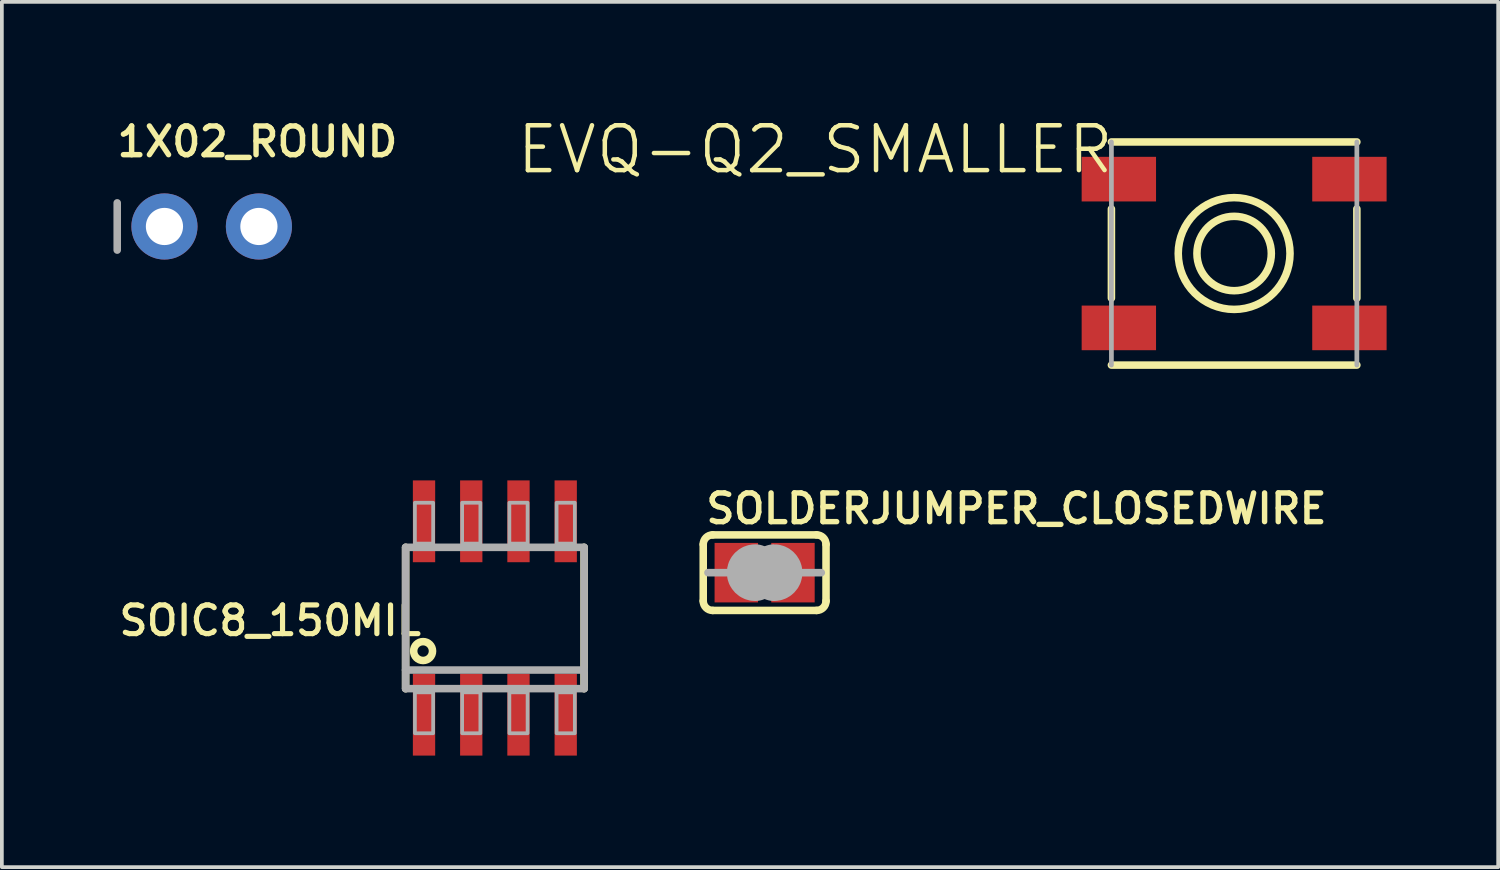
<source format=kicad_pcb>
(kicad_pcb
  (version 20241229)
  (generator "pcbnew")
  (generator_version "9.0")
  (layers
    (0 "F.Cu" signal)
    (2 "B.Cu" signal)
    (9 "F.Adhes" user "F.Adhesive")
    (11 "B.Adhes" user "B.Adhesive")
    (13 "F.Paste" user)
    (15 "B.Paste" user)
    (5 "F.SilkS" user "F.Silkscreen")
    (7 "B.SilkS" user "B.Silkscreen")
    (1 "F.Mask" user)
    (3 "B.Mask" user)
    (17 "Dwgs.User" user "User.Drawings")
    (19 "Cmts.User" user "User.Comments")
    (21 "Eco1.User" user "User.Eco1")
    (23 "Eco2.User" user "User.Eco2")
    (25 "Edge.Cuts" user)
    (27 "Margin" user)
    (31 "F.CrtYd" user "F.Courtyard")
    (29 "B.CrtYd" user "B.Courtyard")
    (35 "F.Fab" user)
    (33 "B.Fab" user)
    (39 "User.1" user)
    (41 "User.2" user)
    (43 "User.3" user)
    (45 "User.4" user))
  (footprint "SOLDERJUMPER_CLOSEDWIRE"
    (layer "F.Cu")
    (at 17.511 12.349)
    (property "Reference" "SOLDERJUMPER_CLOSEDWIRE" (at -1.651 -1.27 0) (layer "F.SilkS") (effects (font (size 0.772 0.772) (thickness 0.146)) (justify left bottom)))
    (attr through_hole)
    (fp_poly (pts (xy -1.27 -0.762) (xy 1.27 -0.762) (xy 1.27 0.762) (xy -1.27 0.762)) (stroke (width 0) (type solid)) (fill yes) (layer "F.Mask"))
    (fp_line (start -1.651 0.762) (end -1.651 -0.762) (stroke (width 0.203) (type solid)) (layer "F.SilkS"))
    (fp_line (start -1.397 -1.016) (end 1.397 -1.016) (stroke (width 0.203) (type solid)) (layer "F.SilkS"))
    (fp_line (start 1.397 1.016) (end -1.397 1.016) (stroke (width 0.203) (type solid)) (layer "F.SilkS"))
    (fp_line (start 1.651 0.762) (end 1.651 -0.762) (stroke (width 0.203) (type solid)) (layer "F.SilkS"))
    (fp_arc (start -1.651 -0.762) (mid -1.576605 -0.941605) (end -1.397 -1.016) (stroke (width 0.2032) (type solid)) (layer "F.SilkS"))
    (fp_arc (start -1.397 1.016) (mid -1.576605 0.941605) (end -1.651 0.762) (stroke (width 0.2032) (type solid)) (layer "F.SilkS"))
    (fp_arc (start 1.397 -1.016) (mid 1.576605 -0.941605) (end 1.651 -0.762) (stroke (width 0.2032) (type solid)) (layer "F.SilkS"))
    (fp_arc (start 1.651 0.762) (mid 1.576605 0.941605) (end 1.397 1.016) (stroke (width 0.2032) (type solid)) (layer "F.SilkS"))
    (fp_line (start -1.016 0) (end -1.524 0) (stroke (width 0.203) (type solid)) (layer "F.Fab"))
    (fp_line (start 1.016 0) (end 1.524 0) (stroke (width 0.203) (type solid)) (layer "F.Fab"))
    (fp_arc (start -0.254 0.127) (mid -0.381 0) (end -0.254 -0.127) (stroke (width 1.27) (type solid)) (layer "F.Fab"))
    (fp_arc (start 0.254 -0.127) (mid 0.381 0) (end 0.254 0.127) (stroke (width 1.27) (type solid)) (layer "F.Fab"))
    (pad "1" smd rect (at -0.762 0) (size 1.168 1.6) (layers "F.Cu" "F.Mask"))
    (pad "2" smd rect (at 0.762 0) (size 1.168 1.6) (layers "F.Cu" "F.Mask"))
    (pad "WIRE" smd rect (at 0 0) (size 0.635 0.203) (layers "F.Cu" "F.Mask")))
  (footprint "EVQ-Q2_SMALLER"
    (layer "F.Cu")
    (at 30.136 3.767)
    (property "Reference" "EVQ-Q2_SMALLER" (at -3.175 -3.5 0) (layer "F.SilkS") (effects (font (size 1.206 1.206) (thickness 0.121)) (justify right top)))
    (attr through_hole)
    (fp_line (start -3.3 -3) (end 3.3 -3) (stroke (width 0.203) (type solid)) (layer "F.SilkS"))
    (fp_line (start -3.3 1.2) (end -3.3 -1.2) (stroke (width 0.203) (type solid)) (layer "F.SilkS"))
    (fp_line (start 3.3 -1.2) (end 3.3 1.2) (stroke (width 0.203) (type solid)) (layer "F.SilkS"))
    (fp_line (start 3.3 3) (end -3.3 3) (stroke (width 0.203) (type solid)) (layer "F.SilkS"))
    (fp_circle (center 0 0) (end 1 0) (stroke (width 0.203) (type solid)) (fill no) (layer "F.SilkS"))
    (fp_circle (center 0 0) (end 1.503 0) (stroke (width 0.203) (type solid)) (fill no) (layer "F.SilkS"))
    (fp_line (start -3.3 3) (end -3.3 -3) (stroke (width 0.127) (type solid)) (layer "F.Fab"))
    (fp_line (start 3.3 -3) (end 3.3 3) (stroke (width 0.127) (type solid)) (layer "F.Fab"))
    (pad "A" smd rect (at -3.1 2) (size 2 1.2) (layers "F.Cu" "F.Mask" "F.Paste"))
    (pad "A'" smd rect (at 3.1 2) (size 2 1.2) (layers "F.Cu" "F.Mask" "F.Paste"))
    (pad "B" smd rect (at -3.1 -2) (size 2 1.2) (layers "F.Cu" "F.Mask" "F.Paste"))
    (pad "B'" smd rect (at 3.1 -2) (size 2 1.2) (layers "F.Cu" "F.Mask" "F.Paste")))
  (footprint "1X02_ROUND"
    (layer "F.Cu")
    (at 2.642 3.04)
    (property "Reference" "1X02_ROUND" (at -2.616 -1.829 0) (layer "F.SilkS") (effects (font (size 0.772 0.772) (thickness 0.146)) (justify left bottom)))
    (attr through_hole)
    (fp_line (start -2.54 -0.635) (end -2.54 0.635) (stroke (width 0.203) (type solid)) (layer "F.Fab"))
    (fp_poly (pts (xy -1.524 0.254) (xy -1.016 0.254) (xy -1.016 -0.254) (xy -1.524 -0.254)) (stroke (width 0.1) (type solid)) (fill no) (layer "F.Fab"))
    (fp_poly (pts (xy 1.016 0.254) (xy 1.524 0.254) (xy 1.524 -0.254) (xy 1.016 -0.254)) (stroke (width 0.1) (type solid)) (fill no) (layer "F.Fab"))
    (pad "1" thru_hole circle (at -1.27 0 90) (size 1.778 1.778) (drill 1) (layers "*.Cu" "*.Mask"))
    (pad "2" thru_hole circle (at 1.27 0 90) (size 1.778 1.778) (drill 1) (layers "*.Cu" "*.Mask")))
  (footprint "SOIC8_150MIL"
    (layer "F.Cu")
    (at 10.257 13.568)
    (property "Reference" "SOIC8_150MIL" (at -1.905 -0.381 180) (layer "F.SilkS") (effects (font (size 0.772 0.772) (thickness 0.139)) (justify right top)))
    (attr through_hole)
    (fp_line (start -2.4 1.9) (end -2.4 -1.9) (stroke (width 0.203) (type solid)) (layer "F.SilkS"))
    (fp_line (start 2.4 -1.9) (end 2.4 1.9) (stroke (width 0.203) (type solid)) (layer "F.SilkS"))
    (fp_circle (center -1.93 0.889) (end -1.676 0.889) (stroke (width 0.203) (type solid)) (fill no) (layer "F.SilkS"))
    (fp_line (start -2.4 -1.9) (end 2.4 -1.9) (stroke (width 0.203) (type solid)) (layer "F.Fab"))
    (fp_line (start -2.4 1.4) (end -2.4 -1.9) (stroke (width 0.203) (type solid)) (layer "F.Fab"))
    (fp_line (start -2.4 1.9) (end -2.4 1.4) (stroke (width 0.203) (type solid)) (layer "F.Fab"))
    (fp_line (start 2.4 -1.9) (end 2.4 1.4) (stroke (width 0.203) (type solid)) (layer "F.Fab"))
    (fp_line (start 2.4 1.4) (end -2.4 1.4) (stroke (width 0.203) (type solid)) (layer "F.Fab"))
    (fp_line (start 2.4 1.4) (end 2.4 1.9) (stroke (width 0.203) (type solid)) (layer "F.Fab"))
    (fp_line (start 2.4 1.9) (end -2.4 1.9) (stroke (width 0.203) (type solid)) (layer "F.Fab"))
    (fp_poly (pts (xy -2.15 -2) (xy -1.66 -2) (xy -1.66 -3.1) (xy -2.15 -3.1)) (stroke (width 0.1) (type solid)) (fill no) (layer "F.Fab"))
    (fp_poly (pts (xy -2.15 3.1) (xy -1.66 3.1) (xy -1.66 2) (xy -2.15 2)) (stroke (width 0.1) (type solid)) (fill no) (layer "F.Fab"))
    (fp_poly (pts (xy -0.88 -2) (xy -0.39 -2) (xy -0.39 -3.1) (xy -0.88 -3.1)) (stroke (width 0.1) (type solid)) (fill no) (layer "F.Fab"))
    (fp_poly (pts (xy -0.88 3.1) (xy -0.39 3.1) (xy -0.39 2) (xy -0.88 2)) (stroke (width 0.1) (type solid)) (fill no) (layer "F.Fab"))
    (fp_poly (pts (xy 0.39 -2) (xy 0.88 -2) (xy 0.88 -3.1) (xy 0.39 -3.1)) (stroke (width 0.1) (type solid)) (fill no) (layer "F.Fab"))
    (fp_poly (pts (xy 0.39 3.1) (xy 0.88 3.1) (xy 0.88 2) (xy 0.39 2)) (stroke (width 0.1) (type solid)) (fill no) (layer "F.Fab"))
    (fp_poly (pts (xy 1.66 -2) (xy 2.15 -2) (xy 2.15 -3.1) (xy 1.66 -3.1)) (stroke (width 0.1) (type solid)) (fill no) (layer "F.Fab"))
    (fp_poly (pts (xy 1.66 3.1) (xy 2.15 3.1) (xy 2.15 2) (xy 1.66 2)) (stroke (width 0.1) (type solid)) (fill no) (layer "F.Fab"))
    (pad "1" smd rect (at -1.905 2.6) (size 0.6 2.2) (layers "F.Cu" "F.Mask" "F.Paste"))
    (pad "2" smd rect (at -0.635 2.6) (size 0.6 2.2) (layers "F.Cu" "F.Mask" "F.Paste"))
    (pad "3" smd rect (at 0.635 2.6) (size 0.6 2.2) (layers "F.Cu" "F.Mask" "F.Paste"))
    (pad "4" smd rect (at 1.905 2.6) (size 0.6 2.2) (layers "F.Cu" "F.Mask" "F.Paste"))
    (pad "5" smd rect (at 1.905 -2.6) (size 0.6 2.2) (layers "F.Cu" "F.Mask" "F.Paste"))
    (pad "6" smd rect (at 0.635 -2.6) (size 0.6 2.2) (layers "F.Cu" "F.Mask" "F.Paste"))
    (pad "7" smd rect (at -0.635 -2.6) (size 0.6 2.2) (layers "F.Cu" "F.Mask" "F.Paste"))
    (pad "8" smd rect (at -1.905 -2.6) (size 0.6 2.2) (layers "F.Cu" "F.Mask" "F.Paste")))
  (gr_rect
    (start -3 -3)
    (end 37.236 20.268)
    (stroke (width 0.1) (type default))
    (fill no)
    (layer "Edge.Cuts")))
</source>
